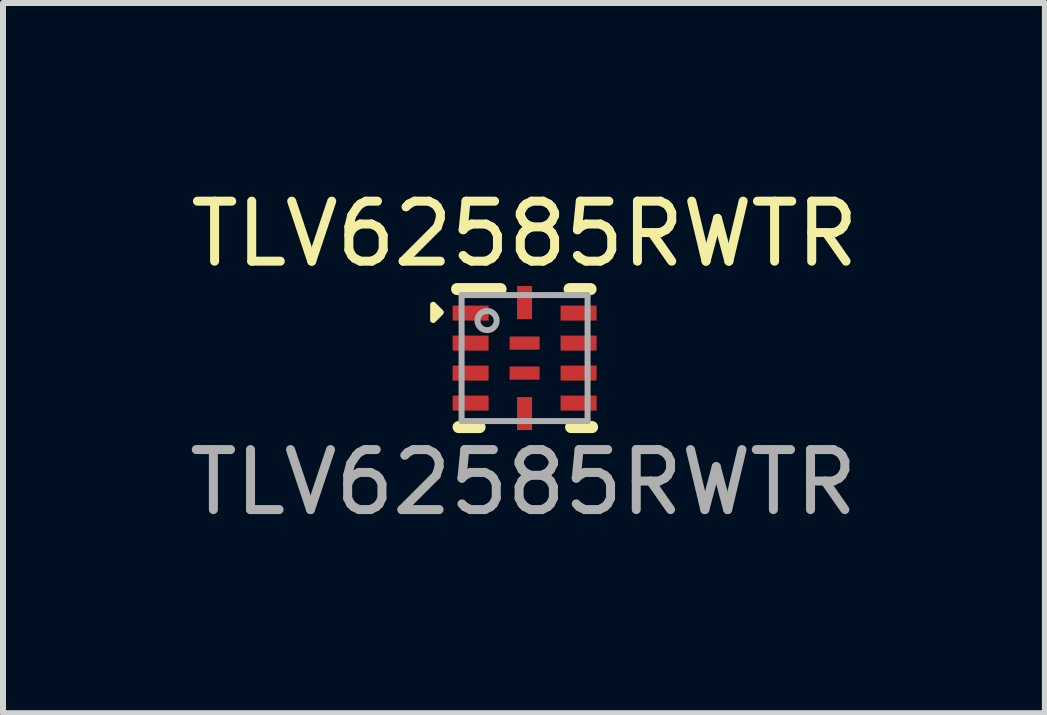
<source format=kicad_pcb>
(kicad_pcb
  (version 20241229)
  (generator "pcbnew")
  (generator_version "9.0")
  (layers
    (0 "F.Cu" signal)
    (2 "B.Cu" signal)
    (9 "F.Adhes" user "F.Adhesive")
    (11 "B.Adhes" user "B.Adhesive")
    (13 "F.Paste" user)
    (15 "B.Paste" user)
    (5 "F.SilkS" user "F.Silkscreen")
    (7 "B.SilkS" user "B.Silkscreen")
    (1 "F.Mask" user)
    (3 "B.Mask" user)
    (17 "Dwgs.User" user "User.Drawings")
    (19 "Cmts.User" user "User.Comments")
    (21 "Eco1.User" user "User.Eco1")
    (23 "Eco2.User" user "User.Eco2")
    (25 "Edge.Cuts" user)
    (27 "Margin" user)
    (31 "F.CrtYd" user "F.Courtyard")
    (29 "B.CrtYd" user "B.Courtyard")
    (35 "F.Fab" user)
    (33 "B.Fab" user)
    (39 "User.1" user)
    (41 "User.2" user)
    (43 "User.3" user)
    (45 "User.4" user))
  (footprint "TLV62585RWTR"
    (layer "F.Cu")
    (at 5.693 2.918)
    (property "Reference" "TLV62585RWTR" (at 0 -2.07 0) (unlocked yes) (layer "F.SilkS") (effects (font (size 1 1) (thickness 0.15))))
    (attr smd)
    (fp_line (start -1.125 -1.15) (end -0.4 -1.15) (stroke (width 0.2) (type solid)) (layer "F.SilkS"))
    (fp_line (start -1.1 1.15) (end -0.75 1.15) (stroke (width 0.2) (type solid)) (layer "F.SilkS"))
    (fp_line (start 0.75 -1.15) (end 1.1 -1.15) (stroke (width 0.2) (type solid)) (layer "F.SilkS"))
    (fp_line (start 0.775 1.15) (end 1.125 1.15) (stroke (width 0.2) (type solid)) (layer "F.SilkS"))
    (fp_poly (pts (xy -1.397 -0.762) (xy -1.524 -0.889) (xy -1.524 -0.635)) (stroke (width 0.1) (type solid)) (fill yes) (layer "F.SilkS"))
    (fp_line (start -1.05 -1.05) (end 1.05 -1.05) (stroke (width 0.1) (type solid)) (layer "F.Fab"))
    (fp_line (start -1.05 1.05) (end -1.05 -1.05) (stroke (width 0.1) (type solid)) (layer "F.Fab"))
    (fp_line (start -1.05 1.05) (end 1.05 1.05) (stroke (width 0.1) (type solid)) (layer "F.Fab"))
    (fp_line (start 1.05 1.05) (end 1.05 -1.05) (stroke (width 0.1) (type solid)) (layer "F.Fab"))
    (fp_circle (center -0.625 -0.625) (end -0.465 -0.625) (stroke (width 0.1) (type solid)) (fill no) (layer "F.Fab"))
    (fp_text user "${REFERENCE}" (at -0.02 2.07 0) (unlocked yes) (layer "F.Fab") (effects (font (size 1 1) (thickness 0.15))))
    (pad "1" smd rect (at -0.9 -0.75) (size 0.6 0.25) (layers "F.Cu" "F.Mask" "F.Paste"))
    (pad "2" smd rect (at -0.9 -0.25) (size 0.6 0.25) (layers "F.Cu" "F.Mask" "F.Paste"))
    (pad "3" smd rect (at -0.9 0.25) (size 0.6 0.25) (layers "F.Cu" "F.Mask" "F.Paste"))
    (pad "4" smd rect (at -0.9 0.75) (size 0.6 0.25) (layers "F.Cu" "F.Mask" "F.Paste"))
    (pad "5" smd rect (at 0 0.925 90) (size 0.55 0.25) (layers "F.Cu" "F.Mask" "F.Paste"))
    (pad "6" smd rect (at 0.9 0.75) (size 0.6 0.25) (layers "F.Cu" "F.Mask" "F.Paste"))
    (pad "7" smd rect (at 0.9 0.25) (size 0.6 0.25) (layers "F.Cu" "F.Mask" "F.Paste"))
    (pad "8" smd rect (at 0.9 -0.25) (size 0.6 0.25) (layers "F.Cu" "F.Mask" "F.Paste"))
    (pad "9" smd rect (at 0.9 -0.75) (size 0.6 0.25) (layers "F.Cu" "F.Mask" "F.Paste"))
    (pad "10" smd rect (at 0 -0.925 90) (size 0.55 0.25) (layers "F.Cu" "F.Mask" "F.Paste"))
    (pad "11" smd rect (at 0 -0.25) (size 0.5 0.22) (layers "F.Cu" "F.Mask" "F.Paste"))
    (pad "12" smd rect (at 0 0.25) (size 0.5 0.22) (layers "F.Cu" "F.Mask" "F.Paste")))
  (gr_rect
    (start -3 -3)
    (end 14.365 8.836)
    (stroke (width 0.1) (type default))
    (fill no)
    (layer "Edge.Cuts")))
</source>
